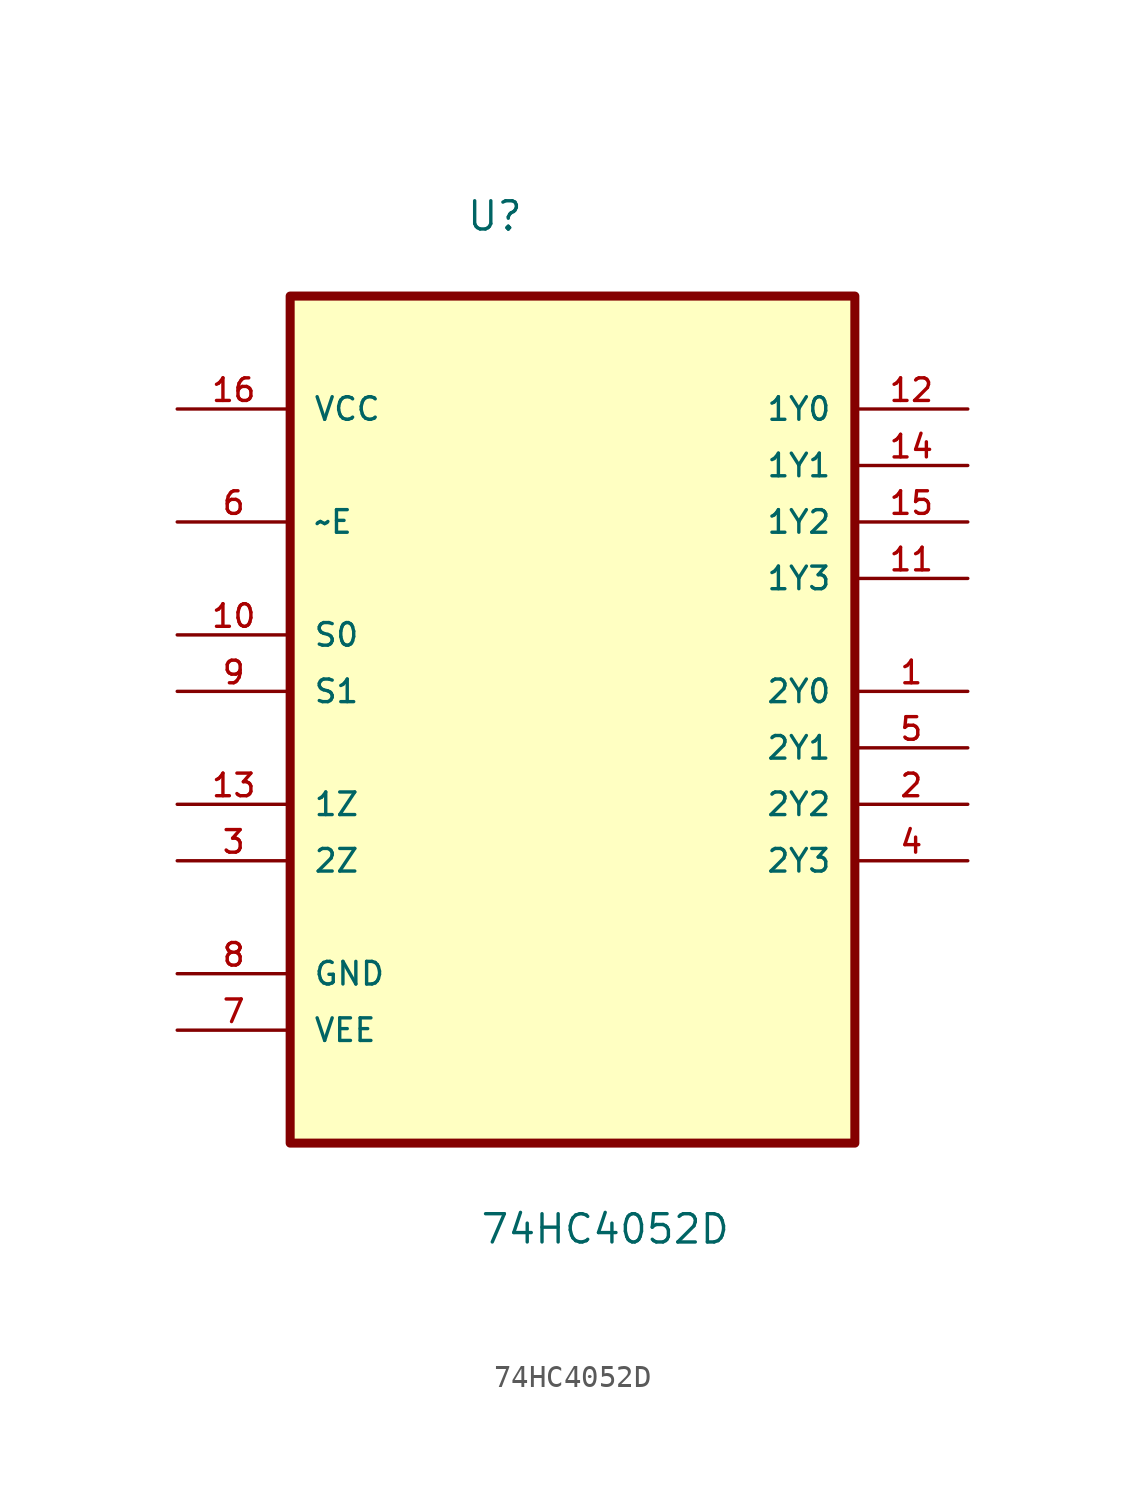
<source format=kicad_sym>
(kicad_symbol_lib
  (version 20220914)
  (generator kicad_symbol_editor)
  (symbol "74HC4052D"
    (pin_names
      (offset 1.016))
    (property "Reference" "U"
      (at -4.803 18.094 0)
      (effects (font (size 1.27 1.27)) (justify left bottom)))
    (property "Value" "74HC4052D"
      (at -4.193 -27.47 0)
      (effects (font (size 1.27 1.27)) (justify left bottom)))
    (symbol "74HC4052D_0_0"
      (rectangle (start -12.7 -22.86) (end 12.7 15.24) (stroke (width 0.406) (type default)) (fill (type background)))
      (pin bidirectional line (at 17.78 -2.54 180) (length 5.08) (name "2Y0" (effects (font (size 1.016 1.016)))) (number "1" (effects (font (size 1.016 1.016)))))
      (pin input line (at -17.78 0 0) (length 5.08) (name "S0" (effects (font (size 1.016 1.016)))) (number "10" (effects (font (size 1.016 1.016)))))
      (pin bidirectional line (at 17.78 2.54 180) (length 5.08) (name "1Y3" (effects (font (size 1.016 1.016)))) (number "11" (effects (font (size 1.016 1.016)))))
      (pin bidirectional line (at 17.78 10.16 180) (length 5.08) (name "1Y0" (effects (font (size 1.016 1.016)))) (number "12" (effects (font (size 1.016 1.016)))))
      (pin bidirectional line (at -17.78 -7.62 0) (length 5.08) (name "1Z" (effects (font (size 1.016 1.016)))) (number "13" (effects (font (size 1.016 1.016)))))
      (pin bidirectional line (at 17.78 7.62 180) (length 5.08) (name "1Y1" (effects (font (size 1.016 1.016)))) (number "14" (effects (font (size 1.016 1.016)))))
      (pin bidirectional line (at 17.78 5.08 180) (length 5.08) (name "1Y2" (effects (font (size 1.016 1.016)))) (number "15" (effects (font (size 1.016 1.016)))))
      (pin power_in line (at -17.78 10.16 0) (length 5.08) (name "VCC" (effects (font (size 1.016 1.016)))) (number "16" (effects (font (size 1.016 1.016)))))
      (pin bidirectional line (at 17.78 -7.62 180) (length 5.08) (name "2Y2" (effects (font (size 1.016 1.016)))) (number "2" (effects (font (size 1.016 1.016)))))
      (pin bidirectional line (at -17.78 -10.16 0) (length 5.08) (name "2Z" (effects (font (size 1.016 1.016)))) (number "3" (effects (font (size 1.016 1.016)))))
      (pin bidirectional line (at 17.78 -10.16 180) (length 5.08) (name "2Y3" (effects (font (size 1.016 1.016)))) (number "4" (effects (font (size 1.016 1.016)))))
      (pin bidirectional line (at 17.78 -5.08 180) (length 5.08) (name "2Y1" (effects (font (size 1.016 1.016)))) (number "5" (effects (font (size 1.016 1.016)))))
      (pin input line (at -17.78 5.08 0) (length 5.08) (name "~E" (effects (font (size 1.016 1.016)))) (number "6" (effects (font (size 1.016 1.016)))))
      (pin power_in line (at -17.78 -17.78 0) (length 5.08) (name "VEE" (effects (font (size 1.016 1.016)))) (number "7" (effects (font (size 1.016 1.016)))))
      (pin passive line (at -17.78 -15.24 0) (length 5.08) (name "GND" (effects (font (size 1.016 1.016)))) (number "8" (effects (font (size 1.016 1.016)))))
      (pin input line (at -17.78 -2.54 0) (length 5.08) (name "S1" (effects (font (size 1.016 1.016)))) (number "9" (effects (font (size 1.016 1.016))))))))
</source>
